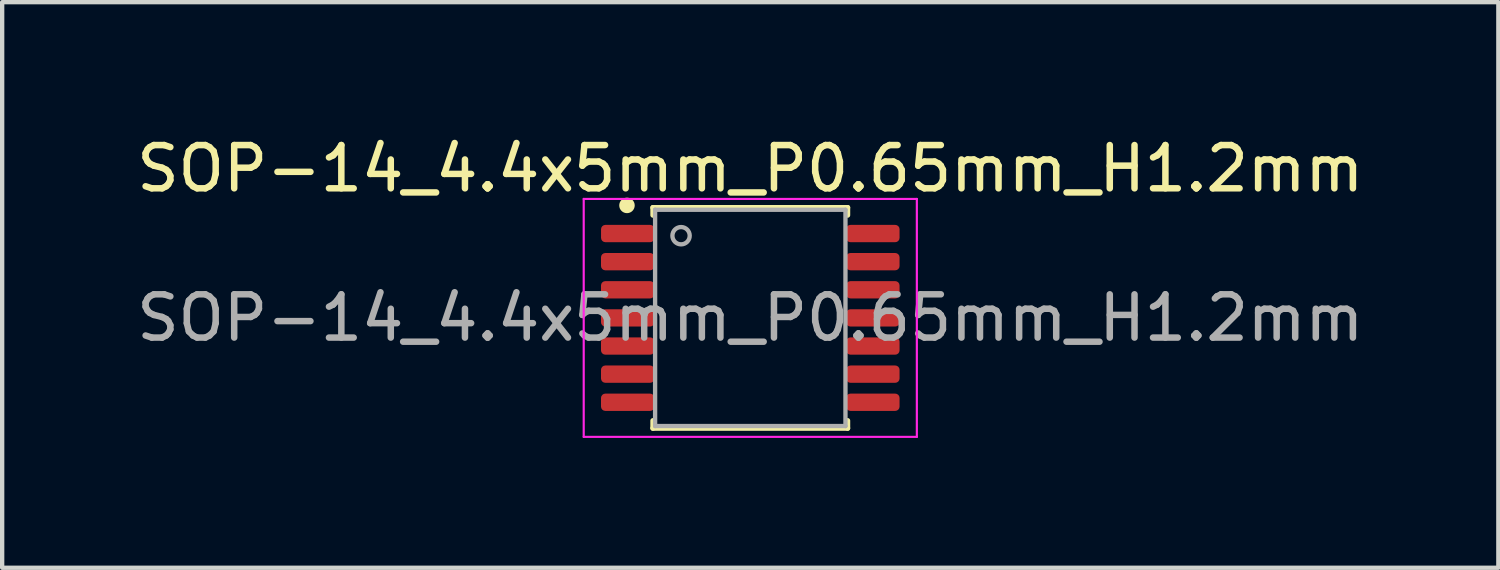
<source format=kicad_pcb>
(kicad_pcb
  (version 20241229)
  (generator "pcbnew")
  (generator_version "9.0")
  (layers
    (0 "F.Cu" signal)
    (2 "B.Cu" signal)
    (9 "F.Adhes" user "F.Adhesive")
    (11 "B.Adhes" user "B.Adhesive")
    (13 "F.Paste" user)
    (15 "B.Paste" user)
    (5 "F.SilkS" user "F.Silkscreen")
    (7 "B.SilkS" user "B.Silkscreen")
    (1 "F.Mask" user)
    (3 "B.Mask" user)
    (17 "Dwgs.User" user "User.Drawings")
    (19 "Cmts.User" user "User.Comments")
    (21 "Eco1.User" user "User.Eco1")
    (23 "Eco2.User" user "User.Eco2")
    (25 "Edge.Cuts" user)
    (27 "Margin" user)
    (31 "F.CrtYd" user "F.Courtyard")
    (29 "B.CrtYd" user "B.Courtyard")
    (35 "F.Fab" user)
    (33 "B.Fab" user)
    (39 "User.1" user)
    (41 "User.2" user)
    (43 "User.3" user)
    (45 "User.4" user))
  (footprint "SOP-14_4.4x5mm_P0.65mm_H1.2mm"
    (layer "F.Cu")
    (at 14.292 4.298)
    (property "Reference" "SOP-14_4.4x5mm_P0.65mm_H1.2mm" (at 0 -3.45 0) (layer "F.SilkS") (effects (font (size 1 1) (thickness 0.15))))
    (attr smd)
    (fp_line (start -2.25 -2.375) (end -2.25 -2.55) (stroke (width 0.12) (type solid)) (layer "F.SilkS"))
    (fp_line (start -2.25 2.375) (end -2.25 2.55) (stroke (width 0.12) (type solid)) (layer "F.SilkS"))
    (fp_line (start -2.25 2.55) (end 2.25 2.55) (stroke (width 0.12) (type solid)) (layer "F.SilkS"))
    (fp_line (start 2.25 -2.55) (end -2.25 -2.55) (stroke (width 0.12) (type solid)) (layer "F.SilkS"))
    (fp_line (start 2.25 -2.375) (end 2.25 -2.55) (stroke (width 0.12) (type solid)) (layer "F.SilkS"))
    (fp_line (start 2.25 2.375) (end 2.25 2.55) (stroke (width 0.12) (type solid)) (layer "F.SilkS"))
    (fp_circle (center -2.85 -2.6) (end -2.721 -2.6) (stroke (width 0.1) (type solid)) (fill yes) (layer "F.SilkS"))
    (fp_line (start -3.85 -2.75) (end -3.85 2.75) (stroke (width 0.05) (type solid)) (layer "F.CrtYd"))
    (fp_line (start -3.85 2.75) (end 3.85 2.75) (stroke (width 0.05) (type solid)) (layer "F.CrtYd"))
    (fp_line (start 3.85 -2.75) (end -3.85 -2.75) (stroke (width 0.05) (type solid)) (layer "F.CrtYd"))
    (fp_line (start 3.85 2.75) (end 3.85 -2.75) (stroke (width 0.05) (type solid)) (layer "F.CrtYd"))
    (fp_line (start -2.2 -2.5) (end 2.2 -2.5) (stroke (width 0.1) (type solid)) (layer "F.Fab"))
    (fp_line (start -2.2 2.5) (end -2.2 -2.5) (stroke (width 0.1) (type solid)) (layer "F.Fab"))
    (fp_line (start 2.2 -2.5) (end 2.2 2.5) (stroke (width 0.1) (type solid)) (layer "F.Fab"))
    (fp_line (start 2.2 2.5) (end -2.2 2.5) (stroke (width 0.1) (type solid)) (layer "F.Fab"))
    (fp_circle (center -1.6 -1.9) (end -1.4 -1.9) (stroke (width 0.1) (type solid)) (fill no) (layer "F.Fab"))
    (fp_text user "${REFERENCE}" (at 0 0 0) (layer "F.Fab") (effects (font (size 1 1) (thickness 0.15))))
    (pad "1" smd roundrect (at -2.832 -1.95) (size 1.235 0.4) (layers "F.Cu" "F.Mask" "F.Paste") (roundrect_rratio 0.25))
    (pad "2" smd roundrect (at -2.833 -1.3) (size 1.235 0.4) (layers "F.Cu" "F.Mask" "F.Paste") (roundrect_rratio 0.25))
    (pad "3" smd roundrect (at -2.833 -0.65) (size 1.235 0.4) (layers "F.Cu" "F.Mask" "F.Paste") (roundrect_rratio 0.25))
    (pad "4" smd roundrect (at -2.833 0) (size 1.235 0.4) (layers "F.Cu" "F.Mask" "F.Paste") (roundrect_rratio 0.25))
    (pad "5" smd roundrect (at -2.833 0.65) (size 1.235 0.4) (layers "F.Cu" "F.Mask" "F.Paste") (roundrect_rratio 0.25))
    (pad "6" smd roundrect (at -2.833 1.3) (size 1.235 0.4) (layers "F.Cu" "F.Mask" "F.Paste") (roundrect_rratio 0.25))
    (pad "7" smd roundrect (at -2.833 1.95) (size 1.235 0.4) (layers "F.Cu" "F.Mask" "F.Paste") (roundrect_rratio 0.25))
    (pad "8" smd roundrect (at 2.833 1.95) (size 1.235 0.4) (layers "F.Cu" "F.Mask" "F.Paste") (roundrect_rratio 0.25))
    (pad "9" smd roundrect (at 2.833 1.3) (size 1.235 0.4) (layers "F.Cu" "F.Mask" "F.Paste") (roundrect_rratio 0.25))
    (pad "10" smd roundrect (at 2.833 0.65) (size 1.235 0.4) (layers "F.Cu" "F.Mask" "F.Paste") (roundrect_rratio 0.25))
    (pad "11" smd roundrect (at 2.833 0) (size 1.235 0.4) (layers "F.Cu" "F.Mask" "F.Paste") (roundrect_rratio 0.25))
    (pad "12" smd roundrect (at 2.833 -0.65) (size 1.235 0.4) (layers "F.Cu" "F.Mask" "F.Paste") (roundrect_rratio 0.25))
    (pad "13" smd roundrect (at 2.833 -1.3) (size 1.235 0.4) (layers "F.Cu" "F.Mask" "F.Paste") (roundrect_rratio 0.25))
    (pad "14" smd roundrect (at 2.833 -1.95) (size 1.235 0.4) (layers "F.Cu" "F.Mask" "F.Paste") (roundrect_rratio 0.25)))
  (gr_rect
    (start -3 -3)
    (end 31.583 10.073)
    (stroke (width 0.1) (type default))
    (fill no)
    (layer "Edge.Cuts")))
</source>
